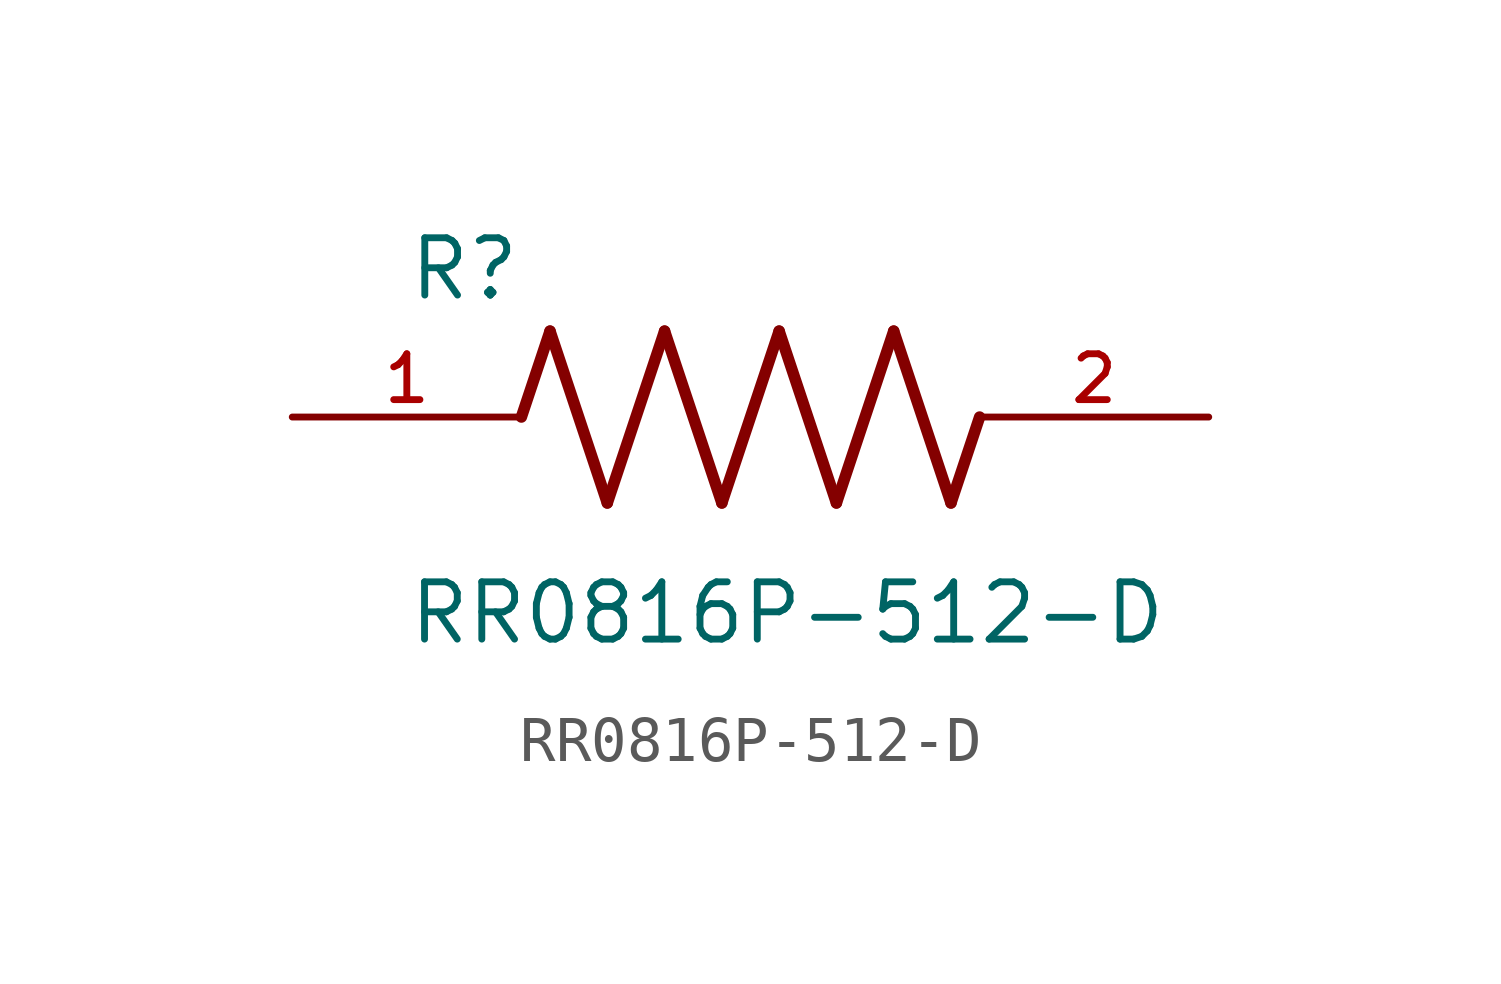
<source format=kicad_sym>
(kicad_symbol_lib
  (version 20211014)
  (generator kicad_symbol_editor)
  (symbol "RR0816P-512-D"
    (pin_names
      (offset 1.016))
    (property "Reference" "R"
      (at -7.624 2.541 0)
      (effects (font (size 1.27 1.27)) (justify bottom left)))
    (property "Value" "RR0816P-512-D"
      (at -7.63 -5.087 0)
      (effects (font (size 1.27 1.27)) (justify bottom left)))
    (symbol "RR0816P-512-D_0_0"
      (polyline (pts (xy -5.08 0.0) (xy -4.445 1.905)) (stroke (width 0.254)))
      (polyline (pts (xy -4.445 1.905) (xy -3.175 -1.905)) (stroke (width 0.254)))
      (polyline (pts (xy -3.175 -1.905) (xy -1.905 1.905)) (stroke (width 0.254)))
      (polyline (pts (xy -1.905 1.905) (xy -0.635 -1.905)) (stroke (width 0.254)))
      (polyline (pts (xy -0.635 -1.905) (xy 0.635 1.905)) (stroke (width 0.254)))
      (polyline (pts (xy 0.635 1.905) (xy 1.905 -1.905)) (stroke (width 0.254)))
      (polyline (pts (xy 1.905 -1.905) (xy 3.175 1.905)) (stroke (width 0.254)))
      (polyline (pts (xy 3.175 1.905) (xy 4.445 -1.905)) (stroke (width 0.254)))
      (polyline (pts (xy 4.445 -1.905) (xy 5.08 0.0)) (stroke (width 0.254)))
      (pin passive line (at -10.16 0.0 0) (length 5.08) (name "~" (effects (font (size 1.016 1.016)))) (number "1" (effects (font (size 1.016 1.016)))))
      (pin passive line (at 10.16 0.0 180.0) (length 5.08) (name "~" (effects (font (size 1.016 1.016)))) (number "2" (effects (font (size 1.016 1.016))))))))
</source>
